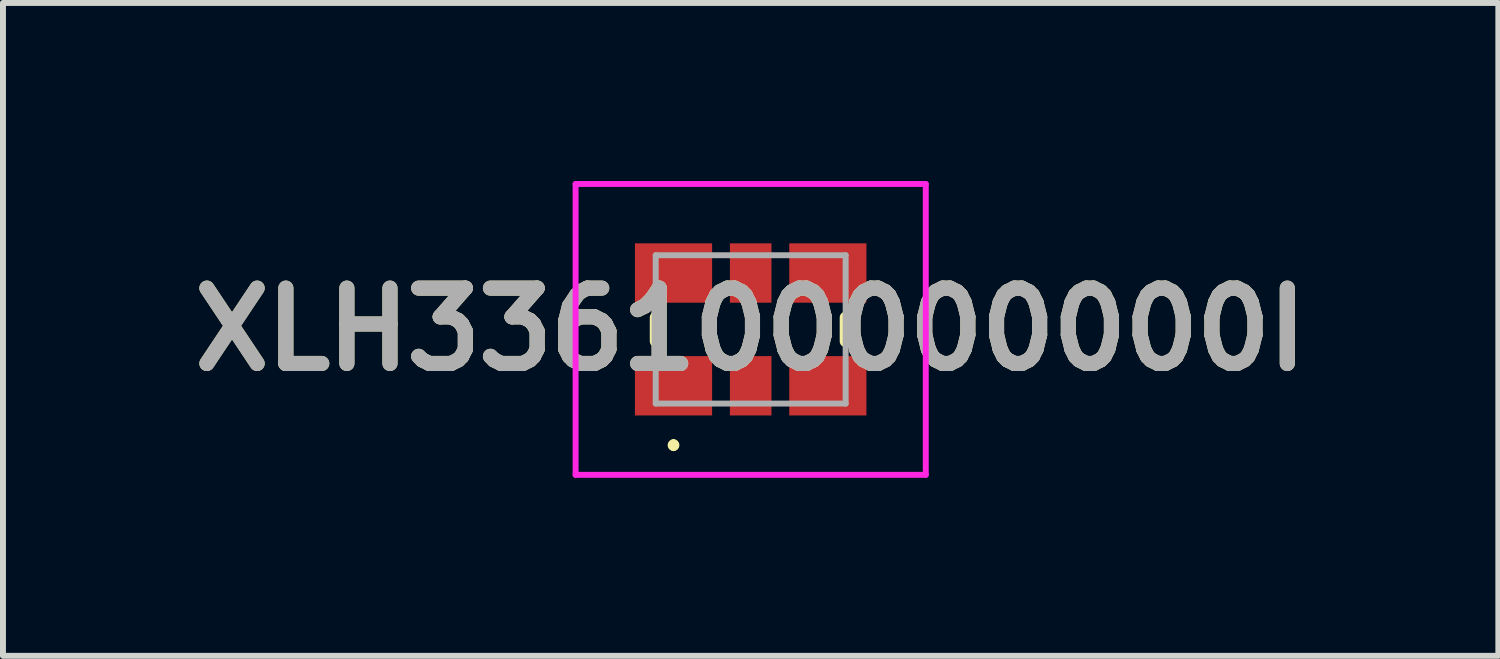
<source format=kicad_pcb>
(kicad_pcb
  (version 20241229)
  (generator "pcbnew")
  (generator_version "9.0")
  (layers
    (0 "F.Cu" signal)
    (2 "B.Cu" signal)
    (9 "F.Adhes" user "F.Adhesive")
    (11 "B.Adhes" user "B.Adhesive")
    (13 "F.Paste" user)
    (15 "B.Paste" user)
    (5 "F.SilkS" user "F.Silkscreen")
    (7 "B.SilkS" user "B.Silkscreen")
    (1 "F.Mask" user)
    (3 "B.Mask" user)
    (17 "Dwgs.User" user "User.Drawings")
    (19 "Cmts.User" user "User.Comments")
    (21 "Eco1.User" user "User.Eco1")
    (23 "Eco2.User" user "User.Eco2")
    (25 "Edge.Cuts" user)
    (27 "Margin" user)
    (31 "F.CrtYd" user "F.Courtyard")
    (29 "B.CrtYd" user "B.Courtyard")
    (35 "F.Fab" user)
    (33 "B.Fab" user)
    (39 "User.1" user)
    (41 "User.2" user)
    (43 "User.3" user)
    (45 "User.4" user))
  (footprint "XLH336100000000I"
    (layer "F.Cu")
    (at 9.598 2.5)
    (property "Reference" "XLH336100000000I" (at 0 0 0) (layer "F.SilkS") (effects (font (size 1.27 1.27) (thickness 0.254))))
    (attr smd)
    (fp_line (start -1.6 -0.2) (end -1.6 0.2) (stroke (width 0.2) (type solid)) (layer "F.SilkS"))
    (fp_line (start -1.3 1.9) (end -1.3 1.9) (stroke (width 0.1) (type solid)) (layer "F.SilkS"))
    (fp_line (start -1.3 2) (end -1.3 2) (stroke (width 0.1) (type solid)) (layer "F.SilkS"))
    (fp_line (start 1.6 -0.2) (end 1.6 0.2) (stroke (width 0.2) (type solid)) (layer "F.SilkS"))
    (fp_arc (start -1.3 1.9) (mid -1.25 1.95) (end -1.3 2) (stroke (width 0.1) (type solid)) (layer "F.SilkS"))
    (fp_arc (start -1.3 2) (mid -1.35 1.95) (end -1.3 1.9) (stroke (width 0.1) (type solid)) (layer "F.SilkS"))
    (fp_line (start -2.95 -2.45) (end 2.95 -2.45) (stroke (width 0.1) (type solid)) (layer "F.CrtYd"))
    (fp_line (start -2.95 2.45) (end -2.95 -2.45) (stroke (width 0.1) (type solid)) (layer "F.CrtYd"))
    (fp_line (start 2.95 -2.45) (end 2.95 2.45) (stroke (width 0.1) (type solid)) (layer "F.CrtYd"))
    (fp_line (start 2.95 2.45) (end -2.95 2.45) (stroke (width 0.1) (type solid)) (layer "F.CrtYd"))
    (fp_line (start -1.6 -1.25) (end -1.6 1.25) (stroke (width 0.1) (type solid)) (layer "F.Fab"))
    (fp_line (start -1.6 1.25) (end 1.6 1.25) (stroke (width 0.1) (type solid)) (layer "F.Fab"))
    (fp_line (start 1.6 -1.25) (end -1.6 -1.25) (stroke (width 0.1) (type solid)) (layer "F.Fab"))
    (fp_line (start 1.6 1.25) (end 1.6 -1.25) (stroke (width 0.1) (type solid)) (layer "F.Fab"))
    (fp_text user "${REFERENCE}" (at 0 0 0) (layer "F.Fab") (effects (font (size 1.27 1.27) (thickness 0.254))))
    (pad "1" smd rect (at -1.3 0.95 90) (size 1 1.3) (layers "F.Cu" "F.Mask" "F.Paste"))
    (pad "2" smd rect (at 0 0.95) (size 0.7 1) (layers "F.Cu" "F.Mask" "F.Paste"))
    (pad "3" smd rect (at 1.3 0.95 90) (size 1 1.3) (layers "F.Cu" "F.Mask" "F.Paste"))
    (pad "4" smd rect (at 1.3 -0.95 90) (size 1 1.3) (layers "F.Cu" "F.Mask" "F.Paste"))
    (pad "5" smd rect (at 0 -0.95) (size 0.7 1) (layers "F.Cu" "F.Mask" "F.Paste"))
    (pad "6" smd rect (at -1.3 -0.95 90) (size 1 1.3) (layers "F.Cu" "F.Mask" "F.Paste")))
  (gr_rect
    (start -3 -3)
    (end 22.195 8)
    (stroke (width 0.1) (type default))
    (fill no)
    (layer "Edge.Cuts")))
</source>
